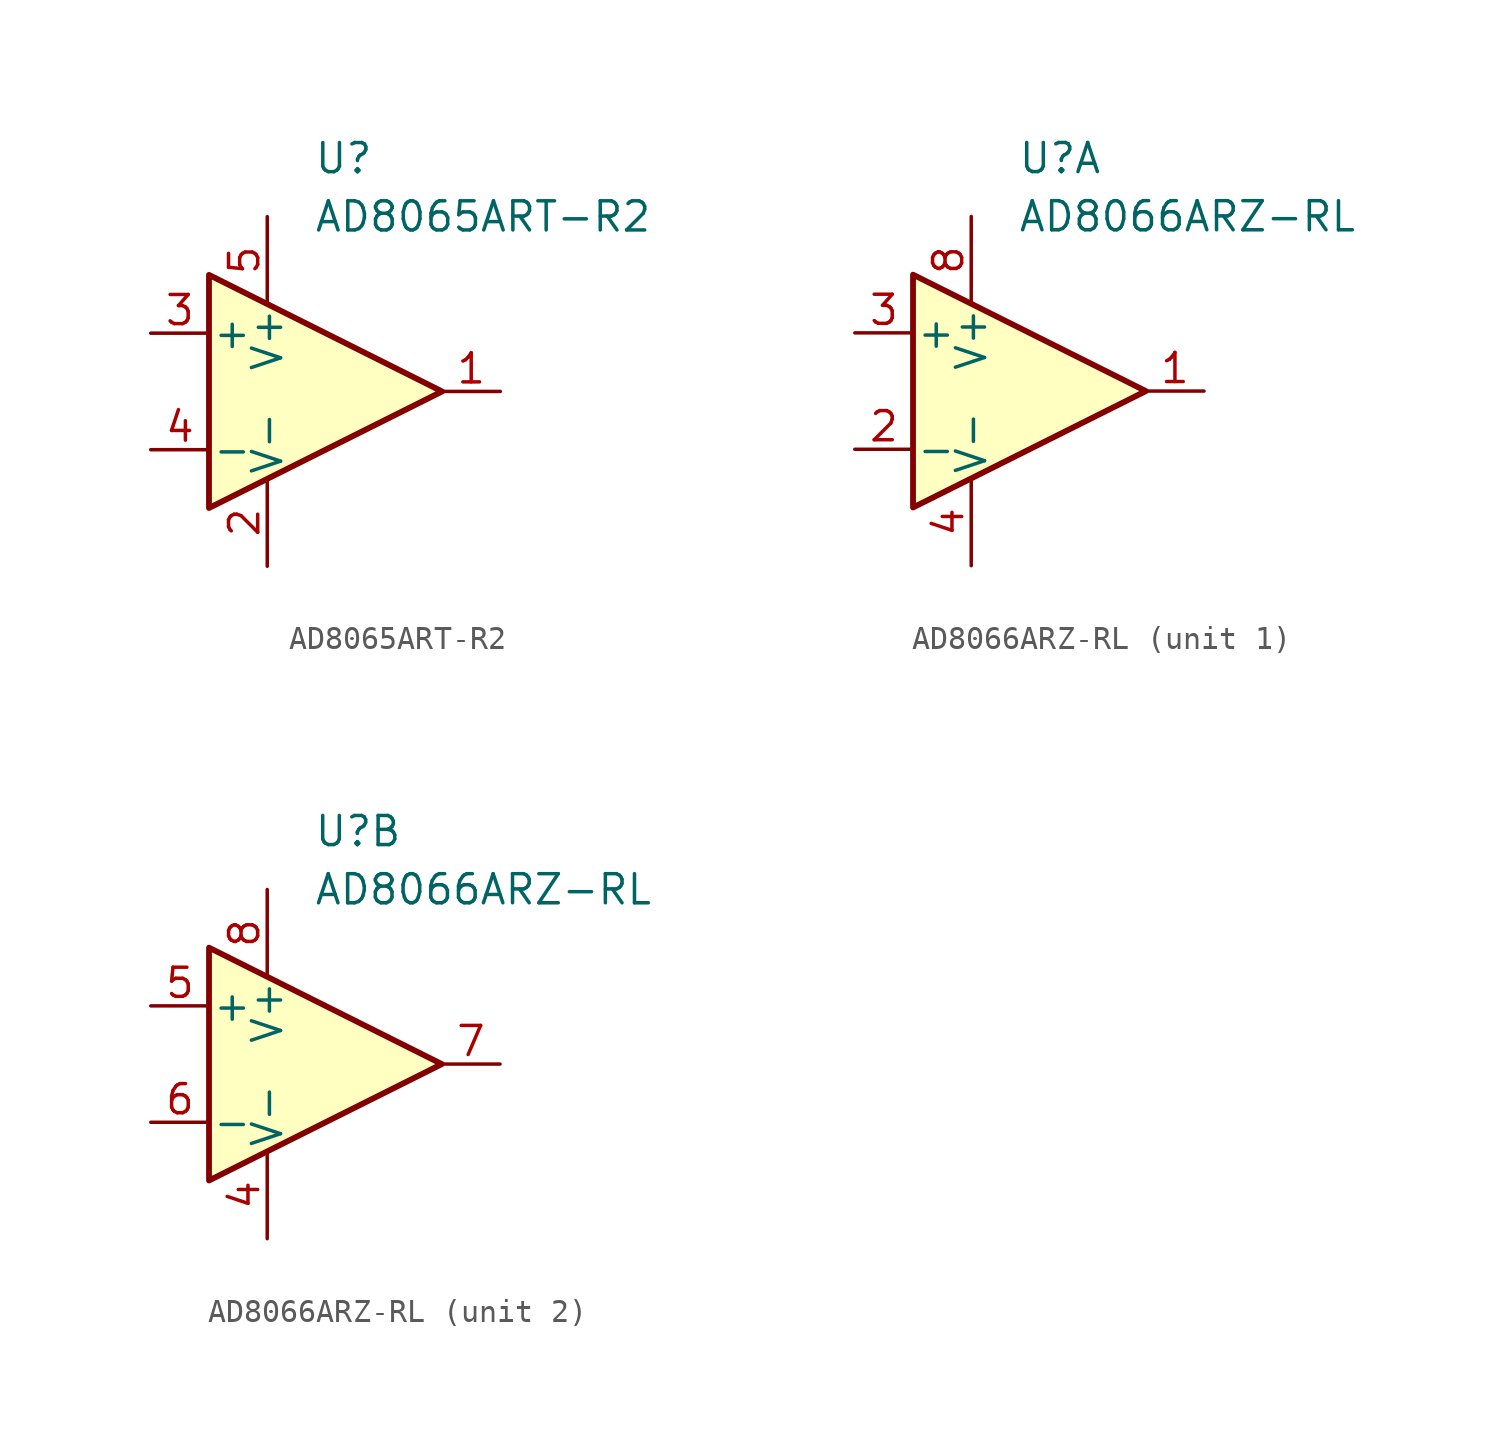
<source format=kicad_sym>
(kicad_symbol_lib
  (version 20211014)
  (generator kicad_symbol_editor)
  (symbol "AD8065ART-R2"
    (pin_names
      (offset 0.127))
    (property "Reference" "U"
      (at 0.749 10.16 0)
      (effects (font (size 1.27 1.27)) (justify left)))
    (property "Value" "AD8065ART-R2"
      (at 0.749 7.62 0)
      (effects (font (size 1.27 1.27)) (justify left)))
    (symbol "AD8065ART-R2_0_0"
      (pin power_in line (at -1.27 -7.62 90) (length 3.81) (name "V-" (effects (font (size 1.27 1.27)))) (number "2" (effects (font (size 1.27 1.27)))))
      (pin power_in line (at -1.27 7.62 270) (length 3.81) (name "V+" (effects (font (size 1.27 1.27)))) (number "5" (effects (font (size 1.27 1.27))))))
    (symbol "AD8065ART-R2_0_1"
      (polyline (pts (xy -3.81 5.08) (xy 6.35 0) (xy -3.81 -5.08) (xy -3.81 5.08)) (stroke (width 0.254) (type default) (color 0 0 0 0)) (fill (type background))))
    (symbol "AD8065ART-R2_1_0"
      (pin output line (at 8.89 0 180) (length 2.54) (name "~" (effects (font (size 1.27 1.27)))) (number "1" (effects (font (size 1.27 1.27)))))
      (pin input line (at -6.35 2.54 0) (length 2.54) (name "+" (effects (font (size 1.27 1.27)))) (number "3" (effects (font (size 1.27 1.27)))))
      (pin input line (at -6.35 -2.54 0) (length 2.54) (name "-" (effects (font (size 1.27 1.27)))) (number "4" (effects (font (size 1.27 1.27)))))))
  (symbol "AD8066ARZ-RL"
    (pin_names
      (offset 0.127))
    (property "Reference" "U"
      (at 0.749 10.16 0)
      (effects (font (size 1.27 1.27)) (justify left)))
    (property "Value" "AD8066ARZ-RL"
      (at 0.749 7.62 0)
      (effects (font (size 1.27 1.27)) (justify left)))
    (property "ki_locked" ""
      (at 0 0 0)
      (effects (font (size 1.27 1.27))))
    (symbol "AD8066ARZ-RL_0_0"
      (pin power_in line (at -1.27 -7.62 90) (length 3.81) (name "V-" (effects (font (size 1.27 1.27)))) (number "4" (effects (font (size 1.27 1.27)))))
      (pin power_in line (at -1.27 7.62 270) (length 3.81) (name "V+" (effects (font (size 1.27 1.27)))) (number "8" (effects (font (size 1.27 1.27))))))
    (symbol "AD8066ARZ-RL_0_1"
      (polyline (pts (xy -3.81 5.08) (xy 6.35 0) (xy -3.81 -5.08) (xy -3.81 5.08)) (stroke (width 0.254) (type default) (color 0 0 0 0)) (fill (type background))))
    (symbol "AD8066ARZ-RL_1_0"
      (pin output line (at 8.89 0 180) (length 2.54) (name "~" (effects (font (size 1.27 1.27)))) (number "1" (effects (font (size 1.27 1.27)))))
      (pin input line (at -6.35 -2.54 0) (length 2.54) (name "-" (effects (font (size 1.27 1.27)))) (number "2" (effects (font (size 1.27 1.27)))))
      (pin input line (at -6.35 2.54 0) (length 2.54) (name "+" (effects (font (size 1.27 1.27)))) (number "3" (effects (font (size 1.27 1.27))))))
    (symbol "AD8066ARZ-RL_2_0"
      (pin input line (at -6.35 2.54 0) (length 2.54) (name "+" (effects (font (size 1.27 1.27)))) (number "5" (effects (font (size 1.27 1.27)))))
      (pin input line (at -6.35 -2.54 0) (length 2.54) (name "-" (effects (font (size 1.27 1.27)))) (number "6" (effects (font (size 1.27 1.27)))))
      (pin output line (at 8.89 0 180) (length 2.54) (name "~" (effects (font (size 1.27 1.27)))) (number "7" (effects (font (size 1.27 1.27))))))))
</source>
